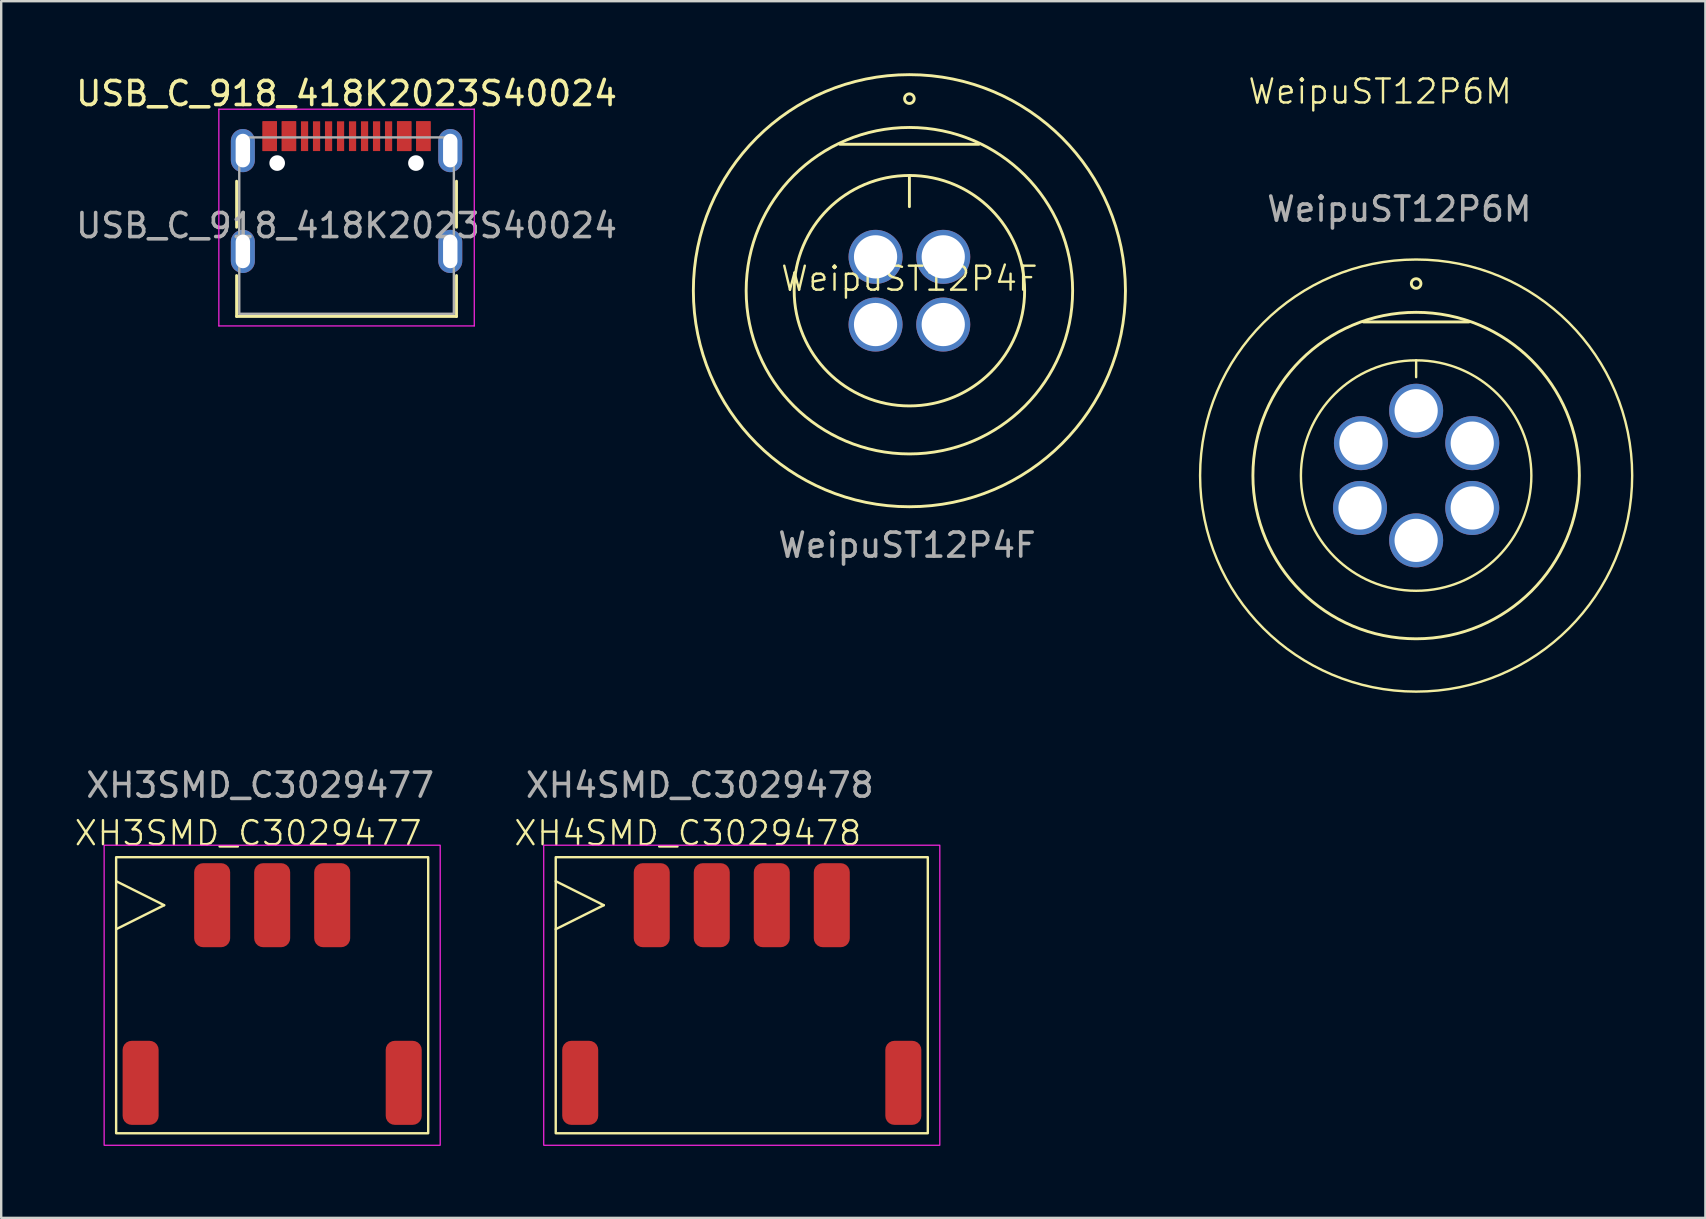
<source format=kicad_pcb>
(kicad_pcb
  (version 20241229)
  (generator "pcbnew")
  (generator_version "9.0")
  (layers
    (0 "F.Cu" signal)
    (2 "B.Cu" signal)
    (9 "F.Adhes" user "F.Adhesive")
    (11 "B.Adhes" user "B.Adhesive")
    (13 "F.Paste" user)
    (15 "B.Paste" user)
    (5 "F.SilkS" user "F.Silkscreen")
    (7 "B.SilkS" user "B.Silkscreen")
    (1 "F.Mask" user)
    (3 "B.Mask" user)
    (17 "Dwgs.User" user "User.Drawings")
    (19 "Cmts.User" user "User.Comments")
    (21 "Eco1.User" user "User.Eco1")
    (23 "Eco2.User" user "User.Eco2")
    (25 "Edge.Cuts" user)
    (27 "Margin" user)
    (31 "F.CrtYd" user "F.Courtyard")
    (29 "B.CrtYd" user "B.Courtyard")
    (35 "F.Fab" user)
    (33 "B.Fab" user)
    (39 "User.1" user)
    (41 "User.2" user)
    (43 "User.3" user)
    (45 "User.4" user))
  (footprint "XH4SMD_C3029478"
    (layer "F.Cu")
    (at 24.101 34.659)
    (property "Reference" "XH4SMD_C3029478" (at 1.5 -3 0) (unlocked yes) (layer "F.SilkS") (effects (font (size 1 1) (thickness 0.1))))
    (attr smd)
    (fp_line (start -4 -1) (end -2 0) (stroke (width 0.1) (type default)) (layer "F.SilkS"))
    (fp_line (start -2 0) (end -4 1) (stroke (width 0.1) (type default)) (layer "F.SilkS"))
    (fp_rect (start -4 -2) (end 11.5 9.5) (stroke (width 0.1) (type default)) (fill no) (layer "F.SilkS"))
    (fp_rect (start -4.5 -2.5) (end 12 10) (stroke (width 0.05) (type default)) (fill no) (layer "F.CrtYd"))
    (fp_text user "${REFERENCE}" (at 2 -5 0) (unlocked yes) (layer "F.Fab") (effects (font (size 1 1) (thickness 0.15))))
    (pad "1" smd roundrect (at 0 0) (size 1.5 3.5) (layers "F.Cu" "F.Mask" "F.Paste") (roundrect_rratio 0.25))
    (pad "2" smd roundrect (at 2.5 0) (size 1.5 3.5) (layers "F.Cu" "F.Mask" "F.Paste") (roundrect_rratio 0.25))
    (pad "3" smd roundrect (at 5 0) (size 1.5 3.5) (layers "F.Cu" "F.Mask" "F.Paste") (roundrect_rratio 0.25))
    (pad "4" smd roundrect (at 7.5 0) (size 1.5 3.5) (layers "F.Cu" "F.Mask" "F.Paste") (roundrect_rratio 0.25))
    (pad "5" smd roundrect (at -2.98 7.4) (size 1.5 3.5) (layers "F.Cu" "F.Mask" "F.Paste") (roundrect_rratio 0.25))
    (pad "6" smd roundrect (at 10.48 7.4) (size 1.5 3.5) (layers "F.Cu" "F.Mask" "F.Paste") (roundrect_rratio 0.25)))
  (footprint "WeipuST12P6M"
    (layer "F.Cu")
    (at 55.944 16.761)
    (property "Reference" "WeipuST12P6M" (at -1.5 -16 0) (unlocked yes) (layer "F.SilkS") (effects (font (size 1 1) (thickness 0.1))))
    (attr smd)
    (fp_line (start -2.2 -6.4) (end 2.2 -6.4) (stroke (width 0.12) (type default)) (layer "F.SilkS"))
    (fp_line (start 0 -4.8) (end 0 -4.1) (stroke (width 0.1) (type default)) (layer "F.SilkS"))
    (fp_circle (center 0 -8) (end 0.2 -8) (stroke (width 0.12) (type default)) (fill no) (layer "F.SilkS"))
    (fp_circle (center 0 0) (end -9 0) (stroke (width 0.1) (type default)) (fill no) (layer "F.SilkS"))
    (fp_circle (center 0 0) (end -4.8 0) (stroke (width 0.1) (type default)) (fill no) (layer "F.SilkS"))
    (fp_circle (center 0 0) (end 6.8 0) (stroke (width 0.12) (type default)) (fill no) (layer "F.SilkS"))
    (fp_text user "${REFERENCE}" (at -0.7 -11.1 0) (unlocked yes) (layer "F.Fab") (effects (font (size 1 1) (thickness 0.15))))
    (pad "1" thru_hole circle (at 0 -2.7) (size 2.25 2.25) (drill 1.8) (layers "*.Cu" "*.Mask"))
    (pad "2" thru_hole circle (at -2.3 -1.35) (size 2.25 2.25) (drill 1.8) (layers "*.Cu" "*.Mask"))
    (pad "3" thru_hole circle (at -2.338 1.35) (size 2.25 2.25) (drill 1.8) (layers "*.Cu" "*.Mask"))
    (pad "4" thru_hole circle (at 0 2.7) (size 2.25 2.25) (drill 1.8) (layers "*.Cu" "*.Mask"))
    (pad "5" thru_hole circle (at 2.338 1.35) (size 2.25 2.25) (drill 1.8) (layers "*.Cu" "*.Mask"))
    (pad "6" thru_hole circle (at 2.338 -1.35) (size 2.25 2.25) (drill 1.8) (layers "*.Cu" "*.Mask")))
  (footprint "WeipuST12P4F"
    (layer "F.Cu")
    (at 34.834 9.06)
    (property "Reference" "WeipuST12P4F" (at 0 -0.5 0) (unlocked yes) (layer "F.SilkS") (effects (font (size 1 1) (thickness 0.1))))
    (attr smd)
    (fp_line (start -2.9 -6.1) (end 2.9 -6.1) (stroke (width 0.12) (type default)) (layer "F.SilkS"))
    (fp_line (start 0 -4.8) (end 0 -3.5) (stroke (width 0.12) (type default)) (layer "F.SilkS"))
    (fp_circle (center 0 -8) (end 0.2 -8) (stroke (width 0.12) (type default)) (fill no) (layer "F.SilkS"))
    (fp_circle (center 0 0) (end -4.8 0) (stroke (width 0.12) (type default)) (fill no) (layer "F.SilkS"))
    (fp_circle (center 0 0) (end 6.8 0) (stroke (width 0.12) (type default)) (fill no) (layer "F.SilkS"))
    (fp_circle (center 0 0) (end 9 0) (stroke (width 0.12) (type default)) (fill no) (layer "F.SilkS"))
    (fp_text user "${REFERENCE}" (at -0.1 10.6 0) (unlocked yes) (layer "F.Fab") (effects (font (size 1 1) (thickness 0.15))))
    (pad "1" thru_hole circle (at -1.41 -1.41) (size 2.25 2.25) (drill 1.8) (layers "*.Cu" "*.Mask"))
    (pad "2" thru_hole circle (at 1.41 -1.41) (size 2.25 2.25) (drill 1.8) (layers "*.Cu" "*.Mask"))
    (pad "3" thru_hole circle (at -1.41 1.41) (size 2.25 2.25) (drill 1.8) (layers "*.Cu" "*.Mask"))
    (pad "4" thru_hole circle (at 1.41 1.41) (size 2.25 2.25) (drill 1.8) (layers "*.Cu" "*.Mask")))
  (footprint "XH3SMD_C3029477"
    (layer "F.Cu")
    (at 5.788 34.659)
    (property "Reference" "XH3SMD_C3029477" (at 1.5 -3 0) (unlocked yes) (layer "F.SilkS") (effects (font (size 1 1) (thickness 0.1))))
    (attr smd)
    (fp_line (start -4 -1) (end -2 0) (stroke (width 0.1) (type default)) (layer "F.SilkS"))
    (fp_line (start -2 0) (end -4 1) (stroke (width 0.1) (type default)) (layer "F.SilkS"))
    (fp_rect (start -4 -2) (end 9 9.5) (stroke (width 0.1) (type default)) (fill no) (layer "F.SilkS"))
    (fp_rect (start -4.5 -2.5) (end 9.5 10) (stroke (width 0.05) (type default)) (fill no) (layer "F.CrtYd"))
    (fp_text user "${REFERENCE}" (at 2 -5 0) (unlocked yes) (layer "F.Fab") (effects (font (size 1 1) (thickness 0.15))))
    (pad "1" smd roundrect (at 0 0) (size 1.5 3.5) (layers "F.Cu" "F.Mask" "F.Paste") (roundrect_rratio 0.25))
    (pad "2" smd roundrect (at 2.5 0) (size 1.5 3.5) (layers "F.Cu" "F.Mask" "F.Paste") (roundrect_rratio 0.25))
    (pad "3" smd roundrect (at 5 0) (size 1.5 3.5) (layers "F.Cu" "F.Mask" "F.Paste") (roundrect_rratio 0.25))
    (pad "4" smd roundrect (at -2.98 7.4) (size 1.5 3.5) (layers "F.Cu" "F.Mask" "F.Paste") (roundrect_rratio 0.25))
    (pad "5" smd roundrect (at 7.98 7.4) (size 1.5 3.5) (layers "F.Cu" "F.Mask" "F.Paste") (roundrect_rratio 0.25)))
  (footprint "USB_C_918_418K2023S40024"
    (layer "F.Cu")
    (at 11.387 6.348)
    (property "Reference" "USB_C_918_418K2023S40024" (at 0 -5.5 0) (layer "F.SilkS") (effects (font (size 1 1) (thickness 0.15))))
    (attr smd)
    (fp_line (start -4.58 -1.85) (end -4.58 0.07) (stroke (width 0.12) (type solid)) (layer "F.SilkS"))
    (fp_line (start -4.58 3.785) (end -4.58 2.08) (stroke (width 0.12) (type solid)) (layer "F.SilkS"))
    (fp_line (start 4.58 0.07) (end 4.58 -1.85) (stroke (width 0.12) (type solid)) (layer "F.SilkS"))
    (fp_line (start 4.58 2.08) (end 4.58 3.785) (stroke (width 0.12) (type solid)) (layer "F.SilkS"))
    (fp_line (start 4.58 3.785) (end -4.58 3.785) (stroke (width 0.12) (type solid)) (layer "F.SilkS"))
    (fp_line (start -5.32 -4.85) (end 5.32 -4.85) (stroke (width 0.05) (type solid)) (layer "F.CrtYd"))
    (fp_line (start -5.32 4.18) (end -5.32 -4.85) (stroke (width 0.05) (type solid)) (layer "F.CrtYd"))
    (fp_line (start 5.32 -4.85) (end 5.32 4.18) (stroke (width 0.05) (type solid)) (layer "F.CrtYd"))
    (fp_line (start 5.32 4.18) (end -5.32 4.18) (stroke (width 0.05) (type solid)) (layer "F.CrtYd"))
    (fp_line (start -4.47 -3.675) (end -4.47 3.675) (stroke (width 0.1) (type solid)) (layer "F.Fab"))
    (fp_line (start -4.47 -3.675) (end 4.47 -3.675) (stroke (width 0.1) (type solid)) (layer "F.Fab"))
    (fp_line (start -4.47 3.675) (end 4.47 3.675) (stroke (width 0.1) (type solid)) (layer "F.Fab"))
    (fp_line (start 4.47 3.675) (end 4.47 -3.675) (stroke (width 0.1) (type solid)) (layer "F.Fab"))
    (fp_text user "${REFERENCE}" (at 0 0 0) (layer "F.Fab") (effects (font (size 1 1) (thickness 0.15))))
    (pad "" np_thru_hole circle (at -2.89 -2.605) (size 0.65 0.65) (drill 0.65) (layers "*.Cu" "*.Mask"))
    (pad "" np_thru_hole circle (at 2.89 -2.605) (size 0.65 0.65) (drill 0.65) (layers "*.Cu" "*.Mask"))
    (pad "A1" smd rect (at -3.2 -3.725) (size 0.6 1.24) (layers "F.Cu" "F.Mask" "F.Paste"))
    (pad "A4" smd rect (at -2.4 -3.725) (size 0.6 1.24) (layers "F.Cu" "F.Mask" "F.Paste"))
    (pad "A5" smd rect (at -1.25 -3.725) (size 0.3 1.24) (layers "F.Cu" "F.Mask" "F.Paste"))
    (pad "A6" smd rect (at -0.25 -3.725) (size 0.3 1.24) (layers "F.Cu" "F.Mask" "F.Paste"))
    (pad "A7" smd rect (at 0.25 -3.725) (size 0.3 1.24) (layers "F.Cu" "F.Mask" "F.Paste"))
    (pad "A8" smd rect (at 1.25 -3.725) (size 0.3 1.24) (layers "F.Cu" "F.Mask" "F.Paste"))
    (pad "A9" smd rect (at 2.4 -3.725) (size 0.6 1.24) (layers "F.Cu" "F.Mask" "F.Paste"))
    (pad "A12" smd rect (at 3.2 -3.725) (size 0.6 1.24) (layers "F.Cu" "F.Mask" "F.Paste"))
    (pad "B1" smd rect (at 3.2 -3.725) (size 0.6 1.24) (layers "F.Cu" "F.Mask" "F.Paste"))
    (pad "B4" smd rect (at 2.4 -3.725) (size 0.6 1.24) (layers "F.Cu" "F.Mask" "F.Paste"))
    (pad "B5" smd rect (at 1.75 -3.725) (size 0.3 1.24) (layers "F.Cu" "F.Mask" "F.Paste"))
    (pad "B6" smd rect (at 0.75 -3.725) (size 0.3 1.24) (layers "F.Cu" "F.Mask" "F.Paste"))
    (pad "B7" smd rect (at -0.75 -3.725) (size 0.3 1.24) (layers "F.Cu" "F.Mask" "F.Paste"))
    (pad "B8" smd rect (at -1.75 -3.725) (size 0.3 1.24) (layers "F.Cu" "F.Mask" "F.Paste"))
    (pad "B9" smd rect (at -2.4 -3.725) (size 0.6 1.24) (layers "F.Cu" "F.Mask" "F.Paste"))
    (pad "B12" smd rect (at -3.2 -3.725) (size 0.6 1.24) (layers "F.Cu" "F.Mask" "F.Paste"))
    (pad "S1" thru_hole oval (at -4.32 -3.125) (size 1 1.8) (drill oval 0.6 1.4) (layers "*.Cu" "*.Mask"))
    (pad "S1" thru_hole oval (at -4.32 1.075) (size 1 1.8) (drill oval 0.6 1.4) (layers "*.Cu" "*.Mask"))
    (pad "S1" thru_hole oval (at 4.32 -3.125) (size 1 1.8) (drill oval 0.6 1.4) (layers "*.Cu" "*.Mask"))
    (pad "S1" thru_hole oval (at 4.32 1.075) (size 1 1.8) (drill oval 0.6 1.4) (layers "*.Cu" "*.Mask")))
  (gr_rect
    (start -3 -3)
    (end 67.994 47.684)
    (stroke (width 0.1) (type default))
    (fill no)
    (layer "Edge.Cuts")))
</source>
